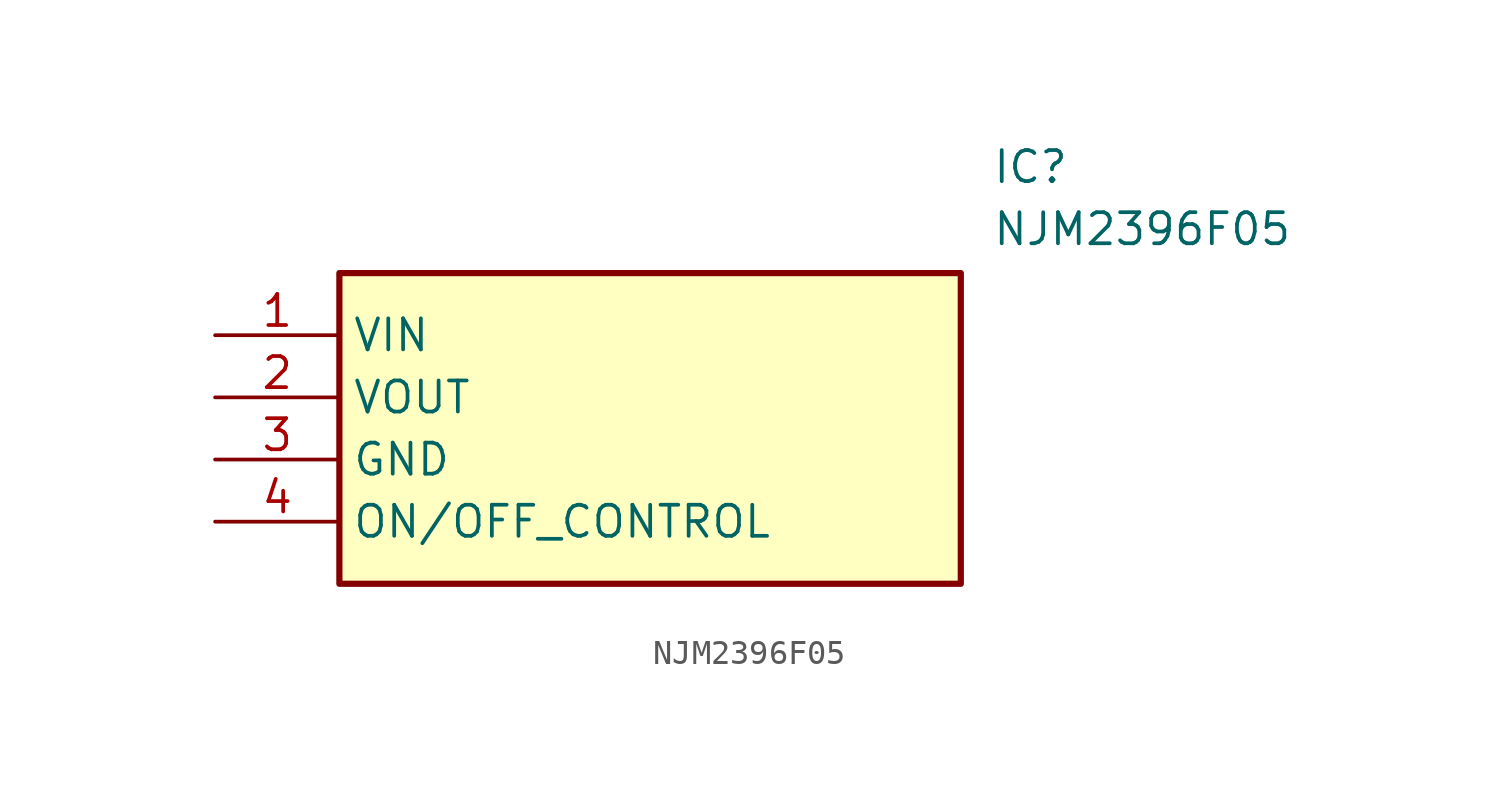
<source format=kicad_sym>
(kicad_symbol_lib
  (version 20211014)
  (generator SamacSys_ECAD_Model)
  (symbol "NJM2396F05"
    (property "Reference" "IC"
      (at 31.75 7.62 0)
      (effects (font (size 1.27 1.27)) (justify left top)))
    (property "Value" "NJM2396F05"
      (at 31.75 5.08 0)
      (effects (font (size 1.27 1.27)) (justify left top)))
    (rectangle
      (start 5.08 2.54)
      (end 30.48 -10.16)
      (stroke (width 0.254) (type default))
      (fill (type background)))
    (pin passive line
      (at 0 0 0)
      (length 5.08)
      (name "VIN" (effects (font (size 1.27 1.27))))
      (number "1" (effects (font (size 1.27 1.27)))))
    (pin passive line
      (at 0 -2.54 0)
      (length 5.08)
      (name "VOUT" (effects (font (size 1.27 1.27))))
      (number "2" (effects (font (size 1.27 1.27)))))
    (pin passive line
      (at 0 -5.08 0)
      (length 5.08)
      (name "GND" (effects (font (size 1.27 1.27))))
      (number "3" (effects (font (size 1.27 1.27)))))
    (pin passive line
      (at 0 -7.62 0)
      (length 5.08)
      (name "ON/OFF_CONTROL" (effects (font (size 1.27 1.27))))
      (number "4" (effects (font (size 1.27 1.27)))))))
</source>
